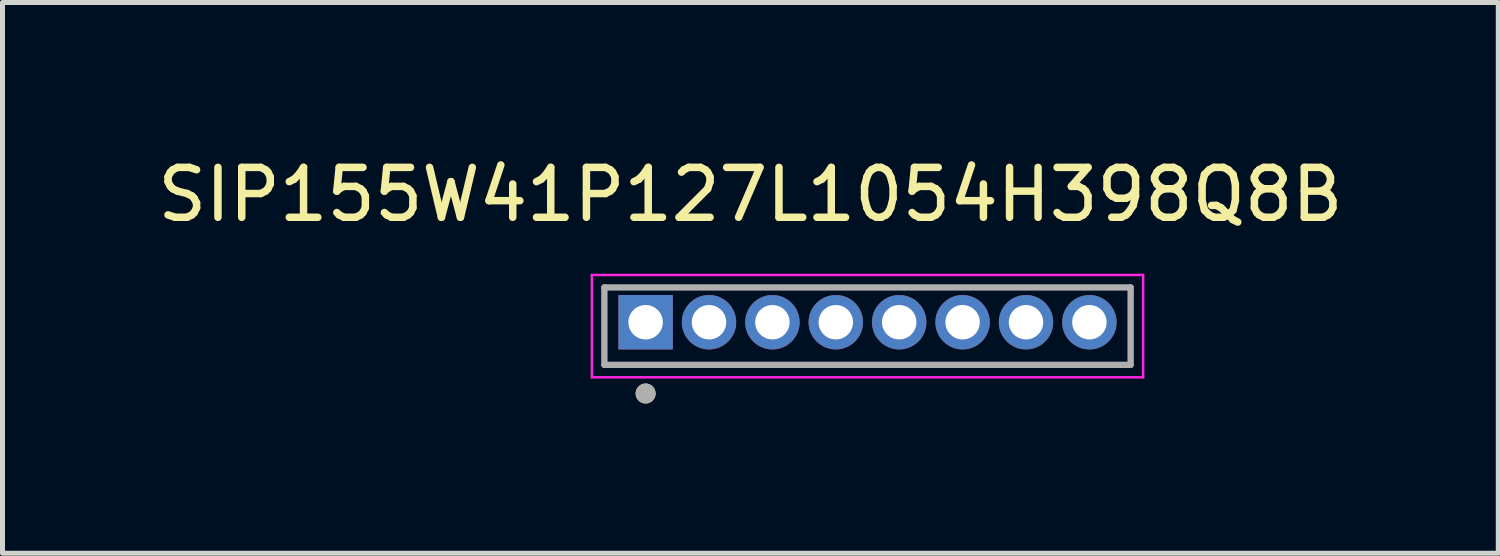
<source format=kicad_pcb>
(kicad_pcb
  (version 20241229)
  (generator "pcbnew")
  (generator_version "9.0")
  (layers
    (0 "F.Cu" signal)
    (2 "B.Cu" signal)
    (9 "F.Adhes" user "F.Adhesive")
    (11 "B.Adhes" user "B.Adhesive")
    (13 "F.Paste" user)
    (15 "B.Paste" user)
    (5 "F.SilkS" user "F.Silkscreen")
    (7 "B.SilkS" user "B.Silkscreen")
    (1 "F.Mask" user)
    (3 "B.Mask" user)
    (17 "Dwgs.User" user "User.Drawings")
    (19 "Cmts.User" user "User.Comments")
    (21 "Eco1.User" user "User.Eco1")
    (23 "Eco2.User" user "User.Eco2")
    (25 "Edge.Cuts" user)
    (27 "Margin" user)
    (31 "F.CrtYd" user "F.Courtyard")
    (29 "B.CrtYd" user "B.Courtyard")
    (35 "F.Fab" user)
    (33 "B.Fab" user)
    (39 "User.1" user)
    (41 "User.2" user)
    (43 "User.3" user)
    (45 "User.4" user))
  (footprint "SIP155W41P127L1054H398Q8B"
    (layer "F.Cu")
    (at 14.328 3.483)
    (property "Reference" "SIP155W41P127L1054H398Q8B" (at -2.345 -2.635 0) (layer "F.SilkS") (effects (font (size 1 1) (thickness 0.15))))
    (attr through_hole)
    (fp_circle (center -4.445 1.35) (end -4.345 1.35) (stroke (width 0.2) (type solid)) (fill no) (layer "F.SilkS"))
    (fp_line (start -5.521 -1.025) (end -5.521 1.025) (stroke (width 0.05) (type solid)) (layer "F.CrtYd"))
    (fp_line (start -5.521 1.025) (end 5.521 1.025) (stroke (width 0.05) (type solid)) (layer "F.CrtYd"))
    (fp_line (start 5.521 -1.025) (end -5.521 -1.025) (stroke (width 0.05) (type solid)) (layer "F.CrtYd"))
    (fp_line (start 5.521 1.025) (end 5.521 -1.025) (stroke (width 0.05) (type solid)) (layer "F.CrtYd"))
    (fp_line (start -5.271 -0.775) (end 5.271 -0.775) (stroke (width 0.127) (type solid)) (layer "F.Fab"))
    (fp_line (start -5.271 0.775) (end -5.271 -0.775) (stroke (width 0.127) (type solid)) (layer "F.Fab"))
    (fp_line (start 5.271 -0.775) (end 5.271 0.775) (stroke (width 0.127) (type solid)) (layer "F.Fab"))
    (fp_line (start 5.271 0.775) (end -5.271 0.775) (stroke (width 0.127) (type solid)) (layer "F.Fab"))
    (fp_circle (center -4.445 1.35) (end -4.345 1.35) (stroke (width 0.2) (type solid)) (fill no) (layer "F.Fab"))
    (pad "1" thru_hole rect (at -4.445 -0.078) (size 1.09 1.09) (drill 0.69) (layers "*.Cu" "*.Mask"))
    (pad "2" thru_hole circle (at -3.175 -0.078) (size 1.09 1.09) (drill 0.69) (layers "*.Cu" "*.Mask"))
    (pad "3" thru_hole circle (at -1.905 -0.078) (size 1.09 1.09) (drill 0.69) (layers "*.Cu" "*.Mask"))
    (pad "4" thru_hole circle (at -0.635 -0.078) (size 1.09 1.09) (drill 0.69) (layers "*.Cu" "*.Mask"))
    (pad "5" thru_hole circle (at 0.635 -0.078) (size 1.09 1.09) (drill 0.69) (layers "*.Cu" "*.Mask"))
    (pad "6" thru_hole circle (at 1.905 -0.078) (size 1.09 1.09) (drill 0.69) (layers "*.Cu" "*.Mask"))
    (pad "7" thru_hole circle (at 3.175 -0.078) (size 1.09 1.09) (drill 0.69) (layers "*.Cu" "*.Mask"))
    (pad "8" thru_hole circle (at 4.445 -0.078) (size 1.09 1.09) (drill 0.69) (layers "*.Cu" "*.Mask")))
  (gr_rect
    (start -3 -3)
    (end 26.964 8.033)
    (stroke (width 0.1) (type default))
    (fill no)
    (layer "Edge.Cuts")))
</source>
